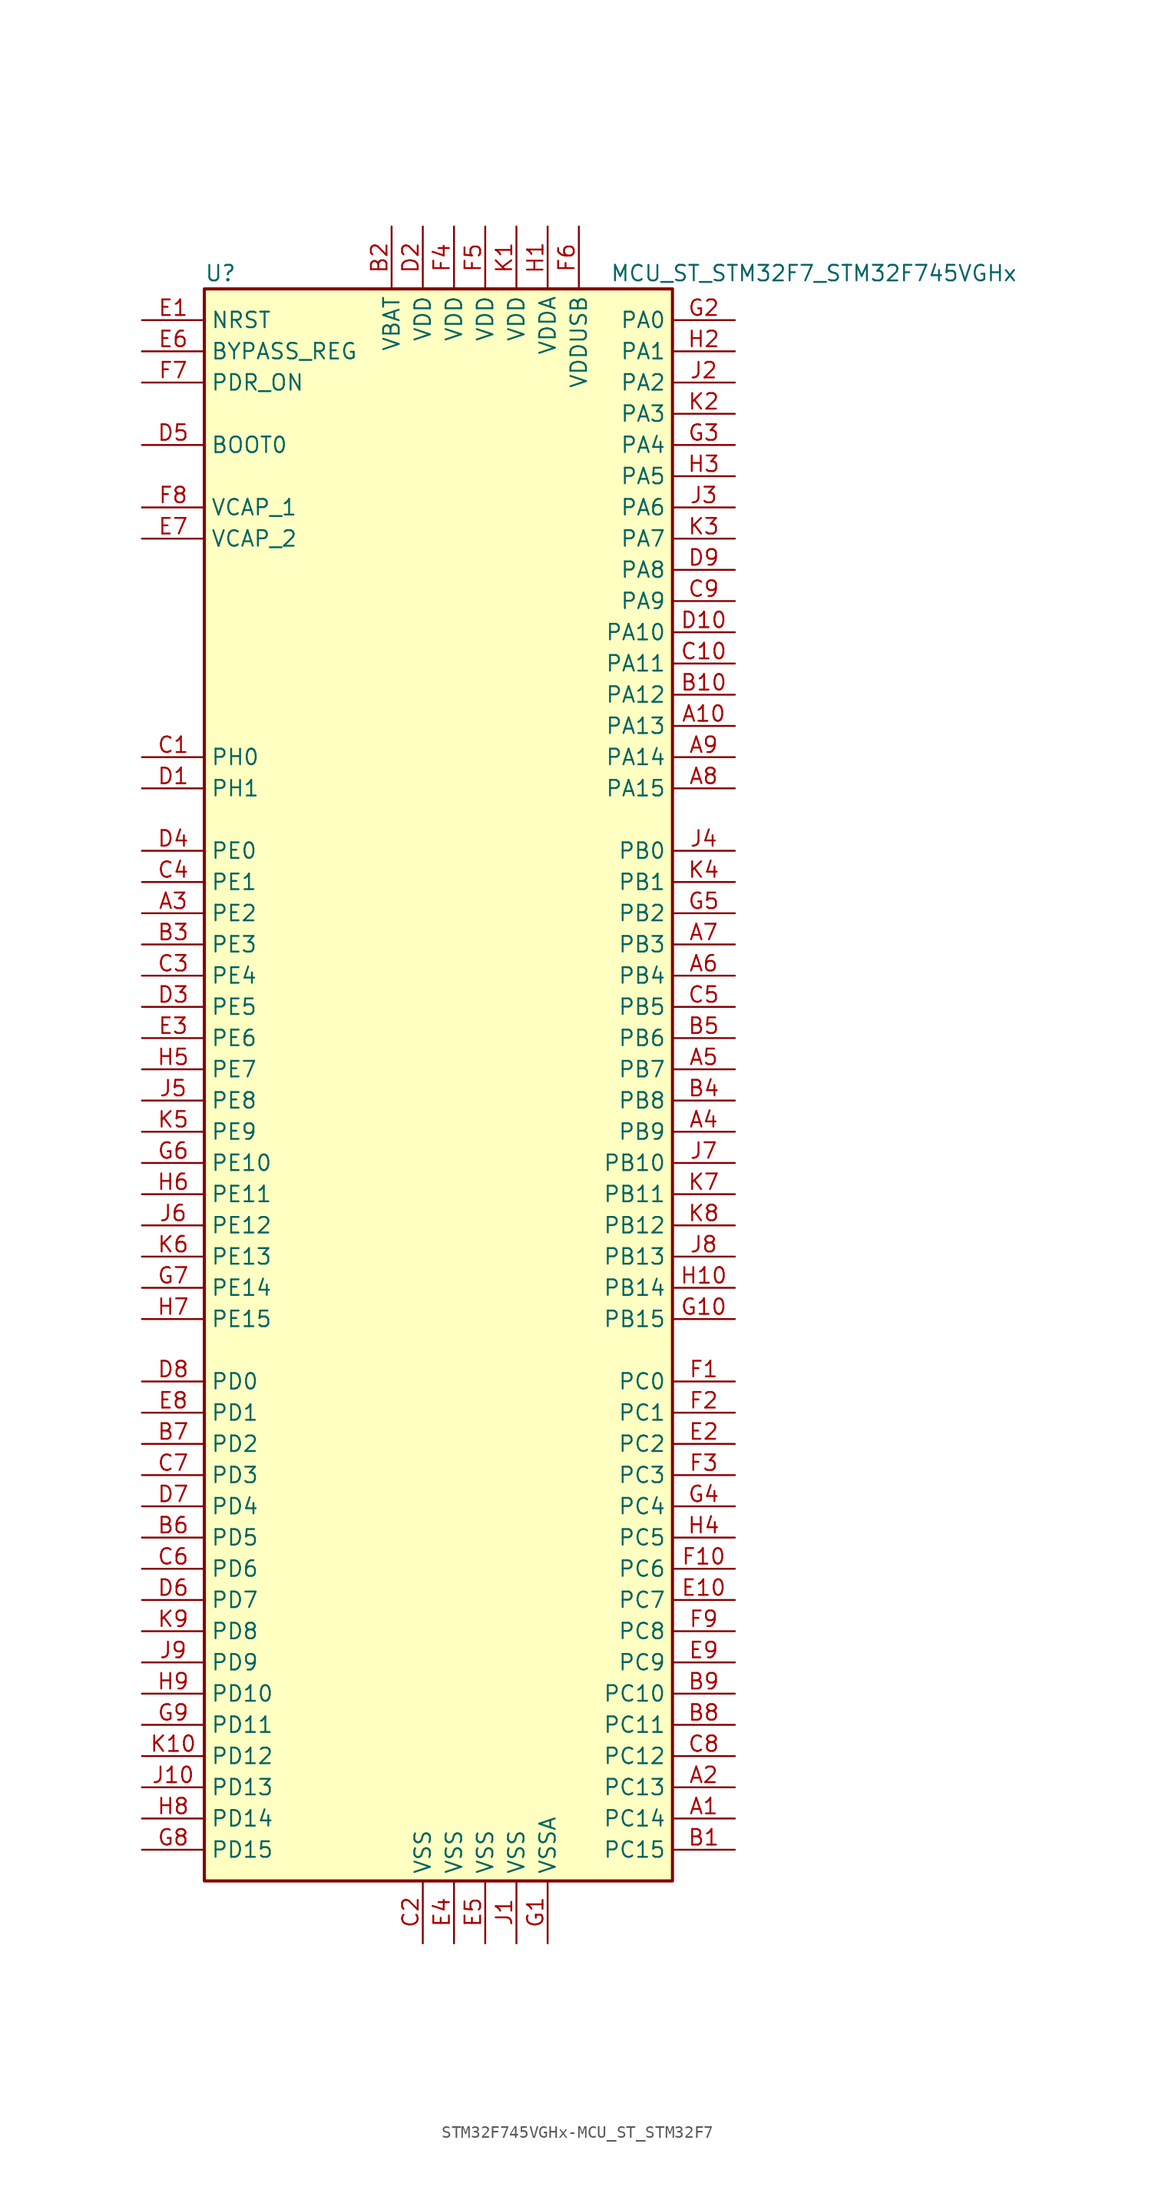
<source format=kicad_sym>
(kicad_symbol_lib
  (version 20220914)
  (generator kicad_symbol_editor)
  (symbol "STM32F745VGHx-MCU_ST_STM32F7"
    (property "Reference" "U"
      (at -20.32 64.77 0)
      (effects (font (size 1.27 1.27)) (justify left)))
    (property "Value" "MCU_ST_STM32F7_STM32F745VGHx"
      (at 12.7 64.77 0)
      (effects (font (size 1.27 1.27)) (justify left)))
    (symbol "STM32F745VGHx-MCU_ST_STM32F7_0_1"
      (rectangle (start -20.32 -66.04) (end 17.78 63.5) (stroke (width 0.254) (type solid)) (fill (type background))))
    (symbol "STM32F745VGHx-MCU_ST_STM32F7_1_1"
      (pin bidirectional line (at 22.86 -60.96 180) (length 5.08) (name "PC14" (effects (font (size 1.27 1.27)))) (number "A1" (effects (font (size 1.27 1.27)))))
      (pin bidirectional line (at 22.86 27.94 180) (length 5.08) (name "PA13" (effects (font (size 1.27 1.27)))) (number "A10" (effects (font (size 1.27 1.27)))))
      (pin bidirectional line (at 22.86 -58.42 180) (length 5.08) (name "PC13" (effects (font (size 1.27 1.27)))) (number "A2" (effects (font (size 1.27 1.27)))))
      (pin bidirectional line (at -25.4 12.7 0) (length 5.08) (name "PE2" (effects (font (size 1.27 1.27)))) (number "A3" (effects (font (size 1.27 1.27)))))
      (pin bidirectional line (at 22.86 -5.08 180) (length 5.08) (name "PB9" (effects (font (size 1.27 1.27)))) (number "A4" (effects (font (size 1.27 1.27)))))
      (pin bidirectional line (at 22.86 0 180) (length 5.08) (name "PB7" (effects (font (size 1.27 1.27)))) (number "A5" (effects (font (size 1.27 1.27)))))
      (pin bidirectional line (at 22.86 7.62 180) (length 5.08) (name "PB4" (effects (font (size 1.27 1.27)))) (number "A6" (effects (font (size 1.27 1.27)))))
      (pin bidirectional line (at 22.86 10.16 180) (length 5.08) (name "PB3" (effects (font (size 1.27 1.27)))) (number "A7" (effects (font (size 1.27 1.27)))))
      (pin bidirectional line (at 22.86 22.86 180) (length 5.08) (name "PA15" (effects (font (size 1.27 1.27)))) (number "A8" (effects (font (size 1.27 1.27)))))
      (pin bidirectional line (at 22.86 25.4 180) (length 5.08) (name "PA14" (effects (font (size 1.27 1.27)))) (number "A9" (effects (font (size 1.27 1.27)))))
      (pin bidirectional line (at 22.86 -63.5 180) (length 5.08) (name "PC15" (effects (font (size 1.27 1.27)))) (number "B1" (effects (font (size 1.27 1.27)))))
      (pin bidirectional line (at 22.86 30.48 180) (length 5.08) (name "PA12" (effects (font (size 1.27 1.27)))) (number "B10" (effects (font (size 1.27 1.27)))))
      (pin power_in line (at -5.08 68.58 270) (length 5.08) (name "VBAT" (effects (font (size 1.27 1.27)))) (number "B2" (effects (font (size 1.27 1.27)))))
      (pin bidirectional line (at -25.4 10.16 0) (length 5.08) (name "PE3" (effects (font (size 1.27 1.27)))) (number "B3" (effects (font (size 1.27 1.27)))))
      (pin bidirectional line (at 22.86 -2.54 180) (length 5.08) (name "PB8" (effects (font (size 1.27 1.27)))) (number "B4" (effects (font (size 1.27 1.27)))))
      (pin bidirectional line (at 22.86 2.54 180) (length 5.08) (name "PB6" (effects (font (size 1.27 1.27)))) (number "B5" (effects (font (size 1.27 1.27)))))
      (pin bidirectional line (at -25.4 -38.1 0) (length 5.08) (name "PD5" (effects (font (size 1.27 1.27)))) (number "B6" (effects (font (size 1.27 1.27)))))
      (pin bidirectional line (at -25.4 -30.48 0) (length 5.08) (name "PD2" (effects (font (size 1.27 1.27)))) (number "B7" (effects (font (size 1.27 1.27)))))
      (pin bidirectional line (at 22.86 -53.34 180) (length 5.08) (name "PC11" (effects (font (size 1.27 1.27)))) (number "B8" (effects (font (size 1.27 1.27)))))
      (pin bidirectional line (at 22.86 -50.8 180) (length 5.08) (name "PC10" (effects (font (size 1.27 1.27)))) (number "B9" (effects (font (size 1.27 1.27)))))
      (pin input line (at -25.4 25.4 0) (length 5.08) (name "PH0" (effects (font (size 1.27 1.27)))) (number "C1" (effects (font (size 1.27 1.27)))))
      (pin bidirectional line (at 22.86 33.02 180) (length 5.08) (name "PA11" (effects (font (size 1.27 1.27)))) (number "C10" (effects (font (size 1.27 1.27)))))
      (pin power_in line (at -2.54 -71.12 90) (length 5.08) (name "VSS" (effects (font (size 1.27 1.27)))) (number "C2" (effects (font (size 1.27 1.27)))))
      (pin bidirectional line (at -25.4 7.62 0) (length 5.08) (name "PE4" (effects (font (size 1.27 1.27)))) (number "C3" (effects (font (size 1.27 1.27)))))
      (pin bidirectional line (at -25.4 15.24 0) (length 5.08) (name "PE1" (effects (font (size 1.27 1.27)))) (number "C4" (effects (font (size 1.27 1.27)))))
      (pin bidirectional line (at 22.86 5.08 180) (length 5.08) (name "PB5" (effects (font (size 1.27 1.27)))) (number "C5" (effects (font (size 1.27 1.27)))))
      (pin bidirectional line (at -25.4 -40.64 0) (length 5.08) (name "PD6" (effects (font (size 1.27 1.27)))) (number "C6" (effects (font (size 1.27 1.27)))))
      (pin bidirectional line (at -25.4 -33.02 0) (length 5.08) (name "PD3" (effects (font (size 1.27 1.27)))) (number "C7" (effects (font (size 1.27 1.27)))))
      (pin bidirectional line (at 22.86 -55.88 180) (length 5.08) (name "PC12" (effects (font (size 1.27 1.27)))) (number "C8" (effects (font (size 1.27 1.27)))))
      (pin bidirectional line (at 22.86 38.1 180) (length 5.08) (name "PA9" (effects (font (size 1.27 1.27)))) (number "C9" (effects (font (size 1.27 1.27)))))
      (pin input line (at -25.4 22.86 0) (length 5.08) (name "PH1" (effects (font (size 1.27 1.27)))) (number "D1" (effects (font (size 1.27 1.27)))))
      (pin bidirectional line (at 22.86 35.56 180) (length 5.08) (name "PA10" (effects (font (size 1.27 1.27)))) (number "D10" (effects (font (size 1.27 1.27)))))
      (pin power_in line (at -2.54 68.58 270) (length 5.08) (name "VDD" (effects (font (size 1.27 1.27)))) (number "D2" (effects (font (size 1.27 1.27)))))
      (pin bidirectional line (at -25.4 5.08 0) (length 5.08) (name "PE5" (effects (font (size 1.27 1.27)))) (number "D3" (effects (font (size 1.27 1.27)))))
      (pin bidirectional line (at -25.4 17.78 0) (length 5.08) (name "PE0" (effects (font (size 1.27 1.27)))) (number "D4" (effects (font (size 1.27 1.27)))))
      (pin input line (at -25.4 50.8 0) (length 5.08) (name "BOOT0" (effects (font (size 1.27 1.27)))) (number "D5" (effects (font (size 1.27 1.27)))))
      (pin bidirectional line (at -25.4 -43.18 0) (length 5.08) (name "PD7" (effects (font (size 1.27 1.27)))) (number "D6" (effects (font (size 1.27 1.27)))))
      (pin bidirectional line (at -25.4 -35.56 0) (length 5.08) (name "PD4" (effects (font (size 1.27 1.27)))) (number "D7" (effects (font (size 1.27 1.27)))))
      (pin bidirectional line (at -25.4 -25.4 0) (length 5.08) (name "PD0" (effects (font (size 1.27 1.27)))) (number "D8" (effects (font (size 1.27 1.27)))))
      (pin bidirectional line (at 22.86 40.64 180) (length 5.08) (name "PA8" (effects (font (size 1.27 1.27)))) (number "D9" (effects (font (size 1.27 1.27)))))
      (pin input line (at -25.4 60.96 0) (length 5.08) (name "NRST" (effects (font (size 1.27 1.27)))) (number "E1" (effects (font (size 1.27 1.27)))))
      (pin bidirectional line (at 22.86 -43.18 180) (length 5.08) (name "PC7" (effects (font (size 1.27 1.27)))) (number "E10" (effects (font (size 1.27 1.27)))))
      (pin bidirectional line (at 22.86 -30.48 180) (length 5.08) (name "PC2" (effects (font (size 1.27 1.27)))) (number "E2" (effects (font (size 1.27 1.27)))))
      (pin bidirectional line (at -25.4 2.54 0) (length 5.08) (name "PE6" (effects (font (size 1.27 1.27)))) (number "E3" (effects (font (size 1.27 1.27)))))
      (pin power_in line (at 0 -71.12 90) (length 5.08) (name "VSS" (effects (font (size 1.27 1.27)))) (number "E4" (effects (font (size 1.27 1.27)))))
      (pin power_in line (at 2.54 -71.12 90) (length 5.08) (name "VSS" (effects (font (size 1.27 1.27)))) (number "E5" (effects (font (size 1.27 1.27)))))
      (pin input line (at -25.4 58.42 0) (length 5.08) (name "BYPASS_REG" (effects (font (size 1.27 1.27)))) (number "E6" (effects (font (size 1.27 1.27)))))
      (pin power_in line (at -25.4 43.18 0) (length 5.08) (name "VCAP_2" (effects (font (size 1.27 1.27)))) (number "E7" (effects (font (size 1.27 1.27)))))
      (pin bidirectional line (at -25.4 -27.94 0) (length 5.08) (name "PD1" (effects (font (size 1.27 1.27)))) (number "E8" (effects (font (size 1.27 1.27)))))
      (pin bidirectional line (at 22.86 -48.26 180) (length 5.08) (name "PC9" (effects (font (size 1.27 1.27)))) (number "E9" (effects (font (size 1.27 1.27)))))
      (pin bidirectional line (at 22.86 -25.4 180) (length 5.08) (name "PC0" (effects (font (size 1.27 1.27)))) (number "F1" (effects (font (size 1.27 1.27)))))
      (pin bidirectional line (at 22.86 -40.64 180) (length 5.08) (name "PC6" (effects (font (size 1.27 1.27)))) (number "F10" (effects (font (size 1.27 1.27)))))
      (pin bidirectional line (at 22.86 -27.94 180) (length 5.08) (name "PC1" (effects (font (size 1.27 1.27)))) (number "F2" (effects (font (size 1.27 1.27)))))
      (pin bidirectional line (at 22.86 -33.02 180) (length 5.08) (name "PC3" (effects (font (size 1.27 1.27)))) (number "F3" (effects (font (size 1.27 1.27)))))
      (pin power_in line (at 0 68.58 270) (length 5.08) (name "VDD" (effects (font (size 1.27 1.27)))) (number "F4" (effects (font (size 1.27 1.27)))))
      (pin power_in line (at 2.54 68.58 270) (length 5.08) (name "VDD" (effects (font (size 1.27 1.27)))) (number "F5" (effects (font (size 1.27 1.27)))))
      (pin power_in line (at 10.16 68.58 270) (length 5.08) (name "VDDUSB" (effects (font (size 1.27 1.27)))) (number "F6" (effects (font (size 1.27 1.27)))))
      (pin input line (at -25.4 55.88 0) (length 5.08) (name "PDR_ON" (effects (font (size 1.27 1.27)))) (number "F7" (effects (font (size 1.27 1.27)))))
      (pin power_in line (at -25.4 45.72 0) (length 5.08) (name "VCAP_1" (effects (font (size 1.27 1.27)))) (number "F8" (effects (font (size 1.27 1.27)))))
      (pin bidirectional line (at 22.86 -45.72 180) (length 5.08) (name "PC8" (effects (font (size 1.27 1.27)))) (number "F9" (effects (font (size 1.27 1.27)))))
      (pin power_in line (at 7.62 -71.12 90) (length 5.08) (name "VSSA" (effects (font (size 1.27 1.27)))) (number "G1" (effects (font (size 1.27 1.27)))))
      (pin bidirectional line (at 22.86 -20.32 180) (length 5.08) (name "PB15" (effects (font (size 1.27 1.27)))) (number "G10" (effects (font (size 1.27 1.27)))))
      (pin bidirectional line (at 22.86 60.96 180) (length 5.08) (name "PA0" (effects (font (size 1.27 1.27)))) (number "G2" (effects (font (size 1.27 1.27)))))
      (pin bidirectional line (at 22.86 50.8 180) (length 5.08) (name "PA4" (effects (font (size 1.27 1.27)))) (number "G3" (effects (font (size 1.27 1.27)))))
      (pin bidirectional line (at 22.86 -35.56 180) (length 5.08) (name "PC4" (effects (font (size 1.27 1.27)))) (number "G4" (effects (font (size 1.27 1.27)))))
      (pin bidirectional line (at 22.86 12.7 180) (length 5.08) (name "PB2" (effects (font (size 1.27 1.27)))) (number "G5" (effects (font (size 1.27 1.27)))))
      (pin bidirectional line (at -25.4 -7.62 0) (length 5.08) (name "PE10" (effects (font (size 1.27 1.27)))) (number "G6" (effects (font (size 1.27 1.27)))))
      (pin bidirectional line (at -25.4 -17.78 0) (length 5.08) (name "PE14" (effects (font (size 1.27 1.27)))) (number "G7" (effects (font (size 1.27 1.27)))))
      (pin bidirectional line (at -25.4 -63.5 0) (length 5.08) (name "PD15" (effects (font (size 1.27 1.27)))) (number "G8" (effects (font (size 1.27 1.27)))))
      (pin bidirectional line (at -25.4 -53.34 0) (length 5.08) (name "PD11" (effects (font (size 1.27 1.27)))) (number "G9" (effects (font (size 1.27 1.27)))))
      (pin power_in line (at 7.62 68.58 270) (length 5.08) (name "VDDA" (effects (font (size 1.27 1.27)))) (number "H1" (effects (font (size 1.27 1.27)))))
      (pin bidirectional line (at 22.86 -17.78 180) (length 5.08) (name "PB14" (effects (font (size 1.27 1.27)))) (number "H10" (effects (font (size 1.27 1.27)))))
      (pin bidirectional line (at 22.86 58.42 180) (length 5.08) (name "PA1" (effects (font (size 1.27 1.27)))) (number "H2" (effects (font (size 1.27 1.27)))))
      (pin bidirectional line (at 22.86 48.26 180) (length 5.08) (name "PA5" (effects (font (size 1.27 1.27)))) (number "H3" (effects (font (size 1.27 1.27)))))
      (pin bidirectional line (at 22.86 -38.1 180) (length 5.08) (name "PC5" (effects (font (size 1.27 1.27)))) (number "H4" (effects (font (size 1.27 1.27)))))
      (pin bidirectional line (at -25.4 0 0) (length 5.08) (name "PE7" (effects (font (size 1.27 1.27)))) (number "H5" (effects (font (size 1.27 1.27)))))
      (pin bidirectional line (at -25.4 -10.16 0) (length 5.08) (name "PE11" (effects (font (size 1.27 1.27)))) (number "H6" (effects (font (size 1.27 1.27)))))
      (pin bidirectional line (at -25.4 -20.32 0) (length 5.08) (name "PE15" (effects (font (size 1.27 1.27)))) (number "H7" (effects (font (size 1.27 1.27)))))
      (pin bidirectional line (at -25.4 -60.96 0) (length 5.08) (name "PD14" (effects (font (size 1.27 1.27)))) (number "H8" (effects (font (size 1.27 1.27)))))
      (pin bidirectional line (at -25.4 -50.8 0) (length 5.08) (name "PD10" (effects (font (size 1.27 1.27)))) (number "H9" (effects (font (size 1.27 1.27)))))
      (pin power_in line (at 5.08 -71.12 90) (length 5.08) (name "VSS" (effects (font (size 1.27 1.27)))) (number "J1" (effects (font (size 1.27 1.27)))))
      (pin bidirectional line (at -25.4 -58.42 0) (length 5.08) (name "PD13" (effects (font (size 1.27 1.27)))) (number "J10" (effects (font (size 1.27 1.27)))))
      (pin bidirectional line (at 22.86 55.88 180) (length 5.08) (name "PA2" (effects (font (size 1.27 1.27)))) (number "J2" (effects (font (size 1.27 1.27)))))
      (pin bidirectional line (at 22.86 45.72 180) (length 5.08) (name "PA6" (effects (font (size 1.27 1.27)))) (number "J3" (effects (font (size 1.27 1.27)))))
      (pin bidirectional line (at 22.86 17.78 180) (length 5.08) (name "PB0" (effects (font (size 1.27 1.27)))) (number "J4" (effects (font (size 1.27 1.27)))))
      (pin bidirectional line (at -25.4 -2.54 0) (length 5.08) (name "PE8" (effects (font (size 1.27 1.27)))) (number "J5" (effects (font (size 1.27 1.27)))))
      (pin bidirectional line (at -25.4 -12.7 0) (length 5.08) (name "PE12" (effects (font (size 1.27 1.27)))) (number "J6" (effects (font (size 1.27 1.27)))))
      (pin bidirectional line (at 22.86 -7.62 180) (length 5.08) (name "PB10" (effects (font (size 1.27 1.27)))) (number "J7" (effects (font (size 1.27 1.27)))))
      (pin bidirectional line (at 22.86 -15.24 180) (length 5.08) (name "PB13" (effects (font (size 1.27 1.27)))) (number "J8" (effects (font (size 1.27 1.27)))))
      (pin bidirectional line (at -25.4 -48.26 0) (length 5.08) (name "PD9" (effects (font (size 1.27 1.27)))) (number "J9" (effects (font (size 1.27 1.27)))))
      (pin power_in line (at 5.08 68.58 270) (length 5.08) (name "VDD" (effects (font (size 1.27 1.27)))) (number "K1" (effects (font (size 1.27 1.27)))))
      (pin bidirectional line (at -25.4 -55.88 0) (length 5.08) (name "PD12" (effects (font (size 1.27 1.27)))) (number "K10" (effects (font (size 1.27 1.27)))))
      (pin bidirectional line (at 22.86 53.34 180) (length 5.08) (name "PA3" (effects (font (size 1.27 1.27)))) (number "K2" (effects (font (size 1.27 1.27)))))
      (pin bidirectional line (at 22.86 43.18 180) (length 5.08) (name "PA7" (effects (font (size 1.27 1.27)))) (number "K3" (effects (font (size 1.27 1.27)))))
      (pin bidirectional line (at 22.86 15.24 180) (length 5.08) (name "PB1" (effects (font (size 1.27 1.27)))) (number "K4" (effects (font (size 1.27 1.27)))))
      (pin bidirectional line (at -25.4 -5.08 0) (length 5.08) (name "PE9" (effects (font (size 1.27 1.27)))) (number "K5" (effects (font (size 1.27 1.27)))))
      (pin bidirectional line (at -25.4 -15.24 0) (length 5.08) (name "PE13" (effects (font (size 1.27 1.27)))) (number "K6" (effects (font (size 1.27 1.27)))))
      (pin bidirectional line (at 22.86 -10.16 180) (length 5.08) (name "PB11" (effects (font (size 1.27 1.27)))) (number "K7" (effects (font (size 1.27 1.27)))))
      (pin bidirectional line (at 22.86 -12.7 180) (length 5.08) (name "PB12" (effects (font (size 1.27 1.27)))) (number "K8" (effects (font (size 1.27 1.27)))))
      (pin bidirectional line (at -25.4 -45.72 0) (length 5.08) (name "PD8" (effects (font (size 1.27 1.27)))) (number "K9" (effects (font (size 1.27 1.27))))))))
</source>
